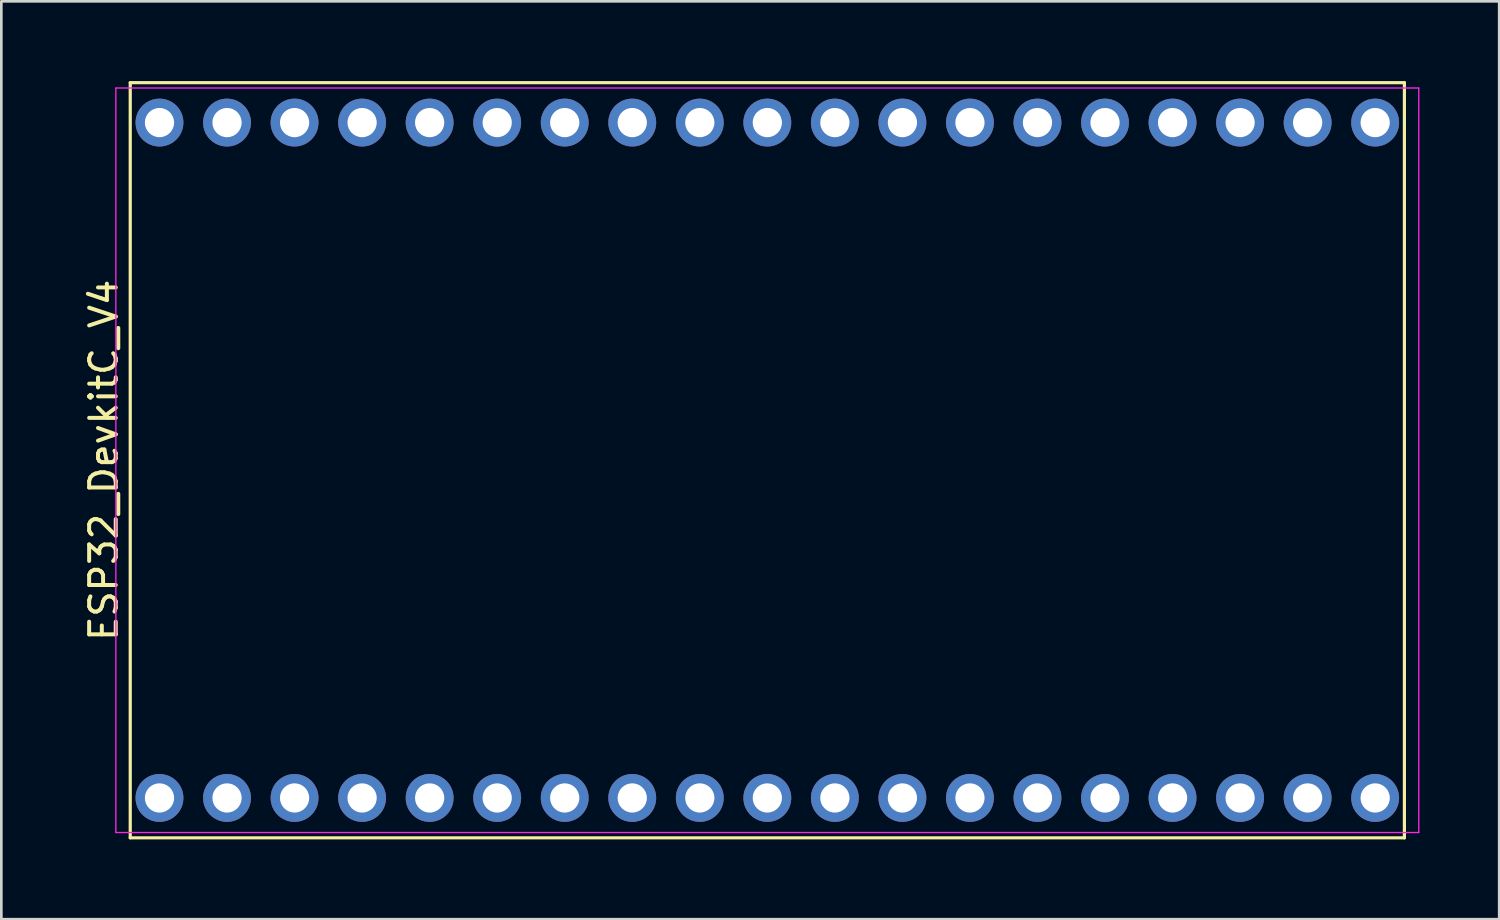
<source format=kicad_pcb>
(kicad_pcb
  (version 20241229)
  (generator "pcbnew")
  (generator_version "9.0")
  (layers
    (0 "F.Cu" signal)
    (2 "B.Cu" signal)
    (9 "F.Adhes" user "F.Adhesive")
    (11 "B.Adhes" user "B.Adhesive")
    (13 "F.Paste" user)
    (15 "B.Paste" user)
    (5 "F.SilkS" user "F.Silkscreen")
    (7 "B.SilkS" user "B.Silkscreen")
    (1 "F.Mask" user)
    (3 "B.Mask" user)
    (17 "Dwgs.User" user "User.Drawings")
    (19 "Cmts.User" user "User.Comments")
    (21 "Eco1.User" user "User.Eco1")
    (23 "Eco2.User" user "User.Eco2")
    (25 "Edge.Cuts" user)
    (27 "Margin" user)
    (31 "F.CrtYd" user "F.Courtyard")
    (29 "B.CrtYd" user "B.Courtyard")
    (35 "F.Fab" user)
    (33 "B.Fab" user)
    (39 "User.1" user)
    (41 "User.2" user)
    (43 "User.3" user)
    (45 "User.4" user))
  (footprint "ESP32_DevkitC_V4"
    (layer "F.Cu")
    (at 25.808 14.26)
    (property "Reference" "ESP32_DevkitC_V4" (at -24.96 0 90) (layer "F.SilkS") (effects (font (size 1 1) (thickness 0.15))))
    (attr through_hole)
    (fp_line (start -23.96 -14.2) (end -23.96 14.2) (stroke (width 0.12) (type default)) (layer "F.SilkS"))
    (fp_line (start -23.96 14.2) (end 23.96 14.2) (stroke (width 0.12) (type default)) (layer "F.SilkS"))
    (fp_line (start 23.96 -14.2) (end -23.96 -14.2) (stroke (width 0.12) (type default)) (layer "F.SilkS"))
    (fp_line (start 23.96 14.2) (end 23.96 -14.2) (stroke (width 0.12) (type default)) (layer "F.SilkS"))
    (fp_line (start -24.5 -14) (end 24.5 -14) (stroke (width 0.05) (type default)) (layer "F.CrtYd"))
    (fp_line (start -24.5 14) (end -24.5 -14) (stroke (width 0.05) (type default)) (layer "F.CrtYd"))
    (fp_line (start 24.5 -14) (end 24.5 14) (stroke (width 0.05) (type default)) (layer "F.CrtYd"))
    (fp_line (start 24.5 14) (end -24.5 14) (stroke (width 0.05) (type default)) (layer "F.CrtYd"))
    (pad "1" thru_hole circle (at -22.86 12.7) (size 1.8 1.8) (drill 1.1) (layers "*.Cu" "*.Mask"))
    (pad "2" thru_hole circle (at -20.32 12.7) (size 1.8 1.8) (drill 1.1) (layers "*.Cu" "*.Mask"))
    (pad "3" thru_hole circle (at -17.78 12.7) (size 1.8 1.8) (drill 1.1) (layers "*.Cu" "*.Mask"))
    (pad "4" thru_hole circle (at -15.24 12.7) (size 1.8 1.8) (drill 1.1) (layers "*.Cu" "*.Mask"))
    (pad "5" thru_hole circle (at -12.7 12.7) (size 1.8 1.8) (drill 1.1) (layers "*.Cu" "*.Mask"))
    (pad "6" thru_hole circle (at -10.16 12.7) (size 1.8 1.8) (drill 1.1) (layers "*.Cu" "*.Mask"))
    (pad "7" thru_hole circle (at -7.62 12.7) (size 1.8 1.8) (drill 1.1) (layers "*.Cu" "*.Mask"))
    (pad "8" thru_hole circle (at -5.08 12.7) (size 1.8 1.8) (drill 1.1) (layers "*.Cu" "*.Mask"))
    (pad "9" thru_hole circle (at -2.54 12.7) (size 1.8 1.8) (drill 1.1) (layers "*.Cu" "*.Mask"))
    (pad "10" thru_hole circle (at 0 12.7) (size 1.8 1.8) (drill 1.1) (layers "*.Cu" "*.Mask"))
    (pad "11" thru_hole circle (at 2.54 12.7) (size 1.8 1.8) (drill 1.1) (layers "*.Cu" "*.Mask"))
    (pad "12" thru_hole circle (at 5.08 12.7) (size 1.8 1.8) (drill 1.1) (layers "*.Cu" "*.Mask"))
    (pad "13" thru_hole circle (at 7.62 12.7) (size 1.8 1.8) (drill 1.1) (layers "*.Cu" "*.Mask"))
    (pad "14" thru_hole circle (at 10.16 12.7) (size 1.8 1.8) (drill 1.1) (layers "*.Cu" "*.Mask"))
    (pad "15" thru_hole circle (at 12.7 12.7) (size 1.8 1.8) (drill 1.1) (layers "*.Cu" "*.Mask"))
    (pad "16" thru_hole circle (at 15.24 12.7) (size 1.8 1.8) (drill 1.1) (layers "*.Cu" "*.Mask"))
    (pad "17" thru_hole circle (at 17.78 12.7) (size 1.8 1.8) (drill 1.1) (layers "*.Cu" "*.Mask"))
    (pad "18" thru_hole circle (at 20.32 12.7) (size 1.8 1.8) (drill 1.1) (layers "*.Cu" "*.Mask"))
    (pad "19" thru_hole circle (at 22.86 12.7) (size 1.8 1.8) (drill 1.1) (layers "*.Cu" "*.Mask"))
    (pad "20" thru_hole circle (at 22.86 -12.7) (size 1.8 1.8) (drill 1.1) (layers "*.Cu" "*.Mask"))
    (pad "21" thru_hole circle (at 20.32 -12.7) (size 1.8 1.8) (drill 1.1) (layers "*.Cu" "*.Mask"))
    (pad "22" thru_hole circle (at 17.78 -12.7) (size 1.8 1.8) (drill 1.1) (layers "*.Cu" "*.Mask"))
    (pad "23" thru_hole circle (at 15.24 -12.7) (size 1.8 1.8) (drill 1.1) (layers "*.Cu" "*.Mask"))
    (pad "24" thru_hole circle (at 12.7 -12.7) (size 1.8 1.8) (drill 1.1) (layers "*.Cu" "*.Mask"))
    (pad "25" thru_hole circle (at 10.16 -12.7) (size 1.8 1.8) (drill 1.1) (layers "*.Cu" "*.Mask"))
    (pad "26" thru_hole circle (at 7.62 -12.7) (size 1.8 1.8) (drill 1.1) (layers "*.Cu" "*.Mask"))
    (pad "27" thru_hole circle (at 5.08 -12.7) (size 1.8 1.8) (drill 1.1) (layers "*.Cu" "*.Mask"))
    (pad "28" thru_hole circle (at 2.54 -12.7) (size 1.8 1.8) (drill 1.1) (layers "*.Cu" "*.Mask"))
    (pad "29" thru_hole circle (at 0 -12.7) (size 1.8 1.8) (drill 1.1) (layers "*.Cu" "*.Mask"))
    (pad "30" thru_hole circle (at -2.54 -12.7) (size 1.8 1.8) (drill 1.1) (layers "*.Cu" "*.Mask"))
    (pad "31" thru_hole circle (at -5.08 -12.7) (size 1.8 1.8) (drill 1.1) (layers "*.Cu" "*.Mask"))
    (pad "32" thru_hole circle (at -7.62 -12.7) (size 1.8 1.8) (drill 1.1) (layers "*.Cu" "*.Mask"))
    (pad "33" thru_hole circle (at -10.16 -12.7) (size 1.8 1.8) (drill 1.1) (layers "*.Cu" "*.Mask"))
    (pad "34" thru_hole circle (at -12.7 -12.7) (size 1.8 1.8) (drill 1.1) (layers "*.Cu" "*.Mask"))
    (pad "35" thru_hole circle (at -15.24 -12.7) (size 1.8 1.8) (drill 1.1) (layers "*.Cu" "*.Mask"))
    (pad "36" thru_hole circle (at -17.78 -12.7) (size 1.8 1.8) (drill 1.1) (layers "*.Cu" "*.Mask"))
    (pad "37" thru_hole circle (at -20.32 -12.7) (size 1.8 1.8) (drill 1.1) (layers "*.Cu" "*.Mask"))
    (pad "38" thru_hole circle (at -22.86 -12.7) (size 1.8 1.8) (drill 1.1) (layers "*.Cu" "*.Mask")))
  (gr_rect
    (start -3 -3)
    (end 53.333 31.52)
    (stroke (width 0.1) (type default))
    (fill no)
    (layer "Edge.Cuts")))
</source>
